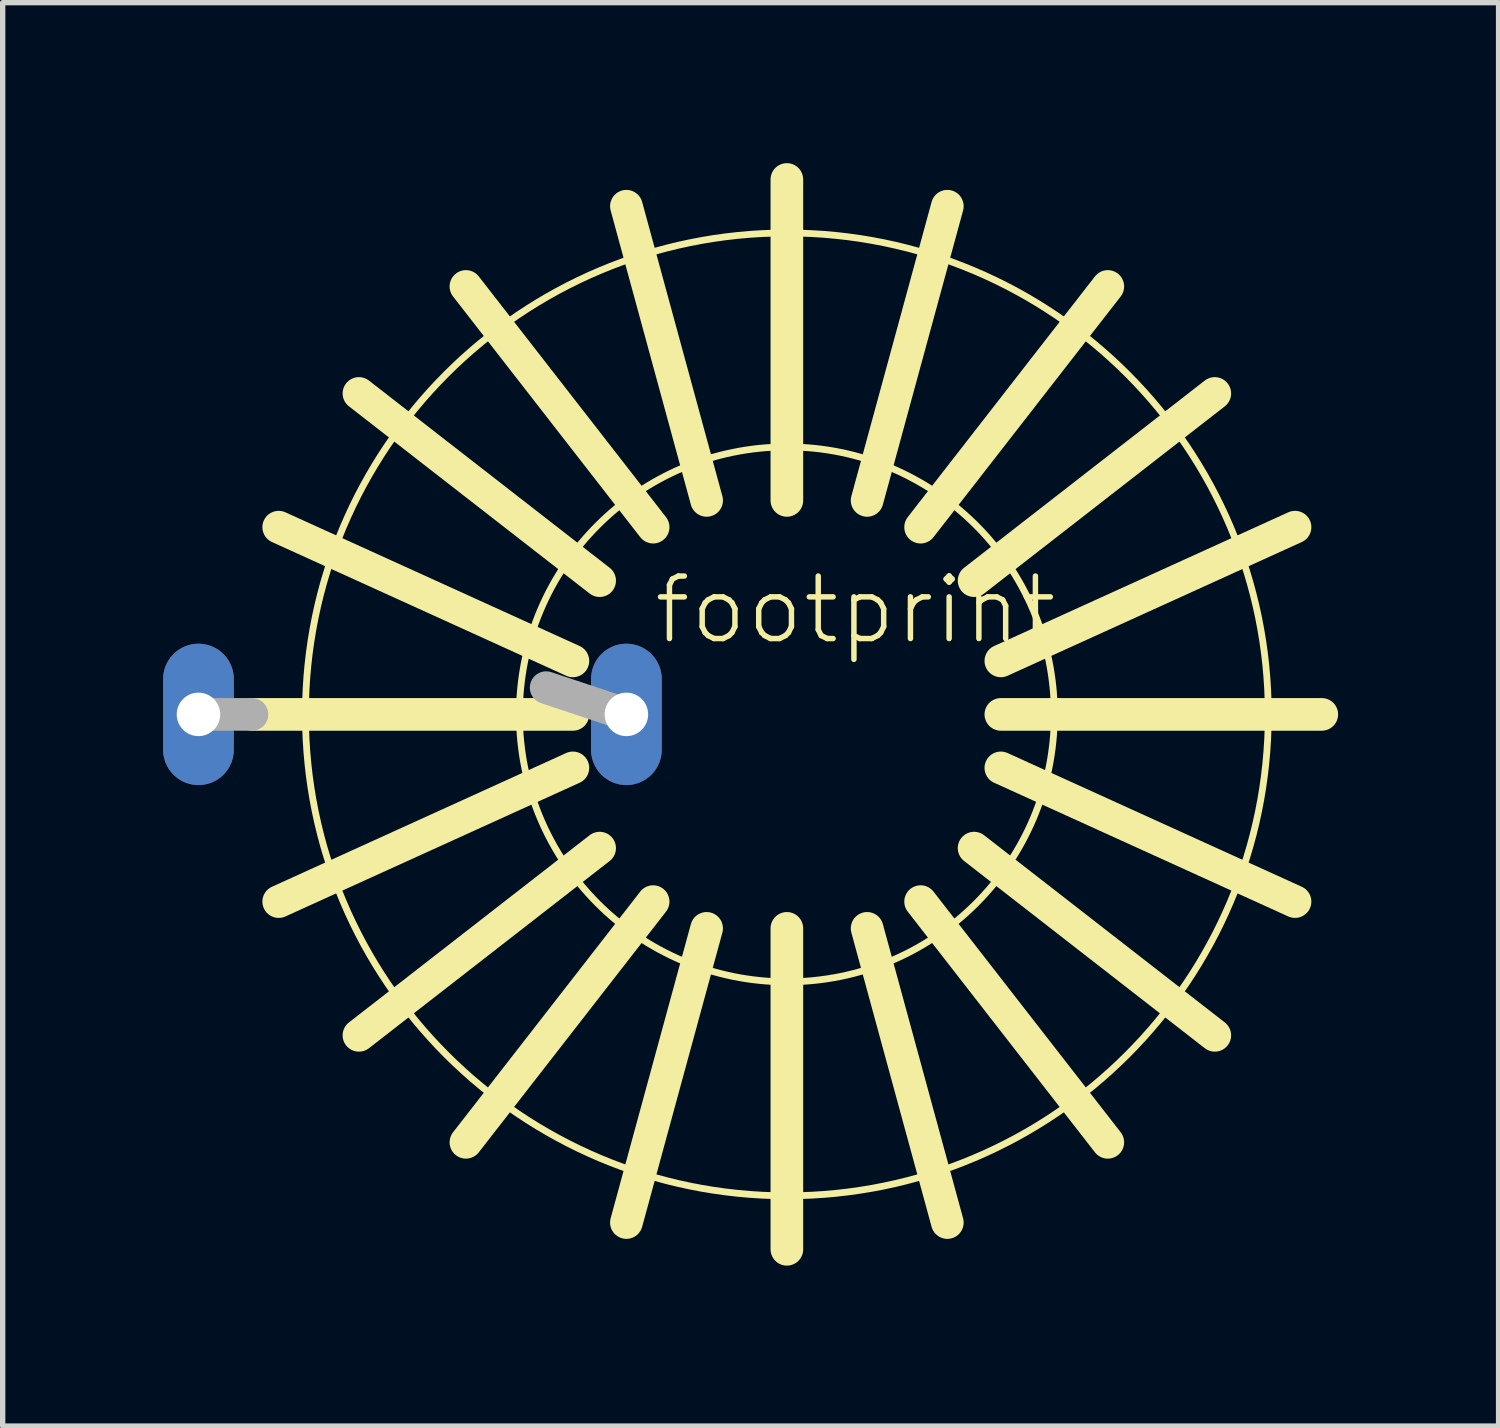
<source format=kicad_pcb>
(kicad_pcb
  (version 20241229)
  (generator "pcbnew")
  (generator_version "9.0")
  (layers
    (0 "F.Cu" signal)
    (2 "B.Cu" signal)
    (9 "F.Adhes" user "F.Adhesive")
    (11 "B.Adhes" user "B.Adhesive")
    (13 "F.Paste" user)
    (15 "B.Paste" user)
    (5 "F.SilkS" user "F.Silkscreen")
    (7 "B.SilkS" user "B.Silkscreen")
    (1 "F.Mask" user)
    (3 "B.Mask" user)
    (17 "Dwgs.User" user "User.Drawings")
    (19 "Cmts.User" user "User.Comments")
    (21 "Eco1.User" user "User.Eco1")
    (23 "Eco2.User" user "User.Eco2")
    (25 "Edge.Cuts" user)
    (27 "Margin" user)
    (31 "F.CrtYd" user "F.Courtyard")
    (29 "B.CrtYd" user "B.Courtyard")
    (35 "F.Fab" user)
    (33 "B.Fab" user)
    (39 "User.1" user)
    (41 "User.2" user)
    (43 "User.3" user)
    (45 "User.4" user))
  (footprint "footprint"
    (layer "F.Cu")
    (at 11.66 10.305)
    (property "Reference" "footprint" (at -2.54 -1.27 0) (layer "F.SilkS") (effects (font (size 1.168 1.168) (thickness 0.102)) (justify left bottom)))
    (fp_line (start -10 0) (end -4 0) (stroke (width 0.61) (type solid)) (layer "F.SilkS"))
    (fp_line (start -4 -1) (end -9.5 -3.5) (stroke (width 0.61) (type solid)) (layer "F.SilkS"))
    (fp_line (start -4 1) (end -9.5 3.5) (stroke (width 0.61) (type solid)) (layer "F.SilkS"))
    (fp_line (start -3.5 -2.5) (end -8 -6) (stroke (width 0.61) (type solid)) (layer "F.SilkS"))
    (fp_line (start -3.5 2.5) (end -8 6) (stroke (width 0.61) (type solid)) (layer "F.SilkS"))
    (fp_line (start -2.5 -3.5) (end -6 -8) (stroke (width 0.61) (type solid)) (layer "F.SilkS"))
    (fp_line (start -2.5 3.5) (end -6 8) (stroke (width 0.61) (type solid)) (layer "F.SilkS"))
    (fp_line (start -1.5 -4) (end -3 -9.5) (stroke (width 0.61) (type solid)) (layer "F.SilkS"))
    (fp_line (start -1.5 4) (end -3 9.5) (stroke (width 0.61) (type solid)) (layer "F.SilkS"))
    (fp_line (start 0 -4) (end 0 -10) (stroke (width 0.61) (type solid)) (layer "F.SilkS"))
    (fp_line (start 0 4) (end 0 10) (stroke (width 0.61) (type solid)) (layer "F.SilkS"))
    (fp_line (start 1.5 -4) (end 3 -9.5) (stroke (width 0.61) (type solid)) (layer "F.SilkS"))
    (fp_line (start 1.5 4) (end 3 9.5) (stroke (width 0.61) (type solid)) (layer "F.SilkS"))
    (fp_line (start 2.5 -3.5) (end 6 -8) (stroke (width 0.61) (type solid)) (layer "F.SilkS"))
    (fp_line (start 2.5 3.5) (end 6 8) (stroke (width 0.61) (type solid)) (layer "F.SilkS"))
    (fp_line (start 3.5 -2.5) (end 8 -6) (stroke (width 0.61) (type solid)) (layer "F.SilkS"))
    (fp_line (start 3.5 2.5) (end 8 6) (stroke (width 0.61) (type solid)) (layer "F.SilkS"))
    (fp_line (start 4 -1) (end 9.5 -3.5) (stroke (width 0.61) (type solid)) (layer "F.SilkS"))
    (fp_line (start 4 0) (end 10 0) (stroke (width 0.61) (type solid)) (layer "F.SilkS"))
    (fp_line (start 4 1) (end 9.5 3.5) (stroke (width 0.61) (type solid)) (layer "F.SilkS"))
    (fp_circle (center 0 0) (end 5 0) (stroke (width 0.127) (type solid)) (fill no) (layer "F.SilkS"))
    (fp_circle (center 0 0) (end 9 0) (stroke (width 0.127) (type solid)) (fill no) (layer "F.SilkS"))
    (fp_line (start -11 0) (end -10 0) (stroke (width 0.61) (type solid)) (layer "F.Fab"))
    (fp_line (start -3 0) (end -4.5 -0.5) (stroke (width 0.61) (type solid)) (layer "F.Fab"))
    (pad "1" thru_hole oval (at -11 0 90) (size 2.642 1.321) (drill 0.813) (layers "*.Cu" "*.Mask"))
    (pad "2" thru_hole oval (at -3 0 90) (size 2.642 1.321) (drill 0.813) (layers "*.Cu" "*.Mask")))
  (gr_rect
    (start -3 -3)
    (end 24.965 23.61)
    (stroke (width 0.1) (type default))
    (fill no)
    (layer "Edge.Cuts")))
</source>
